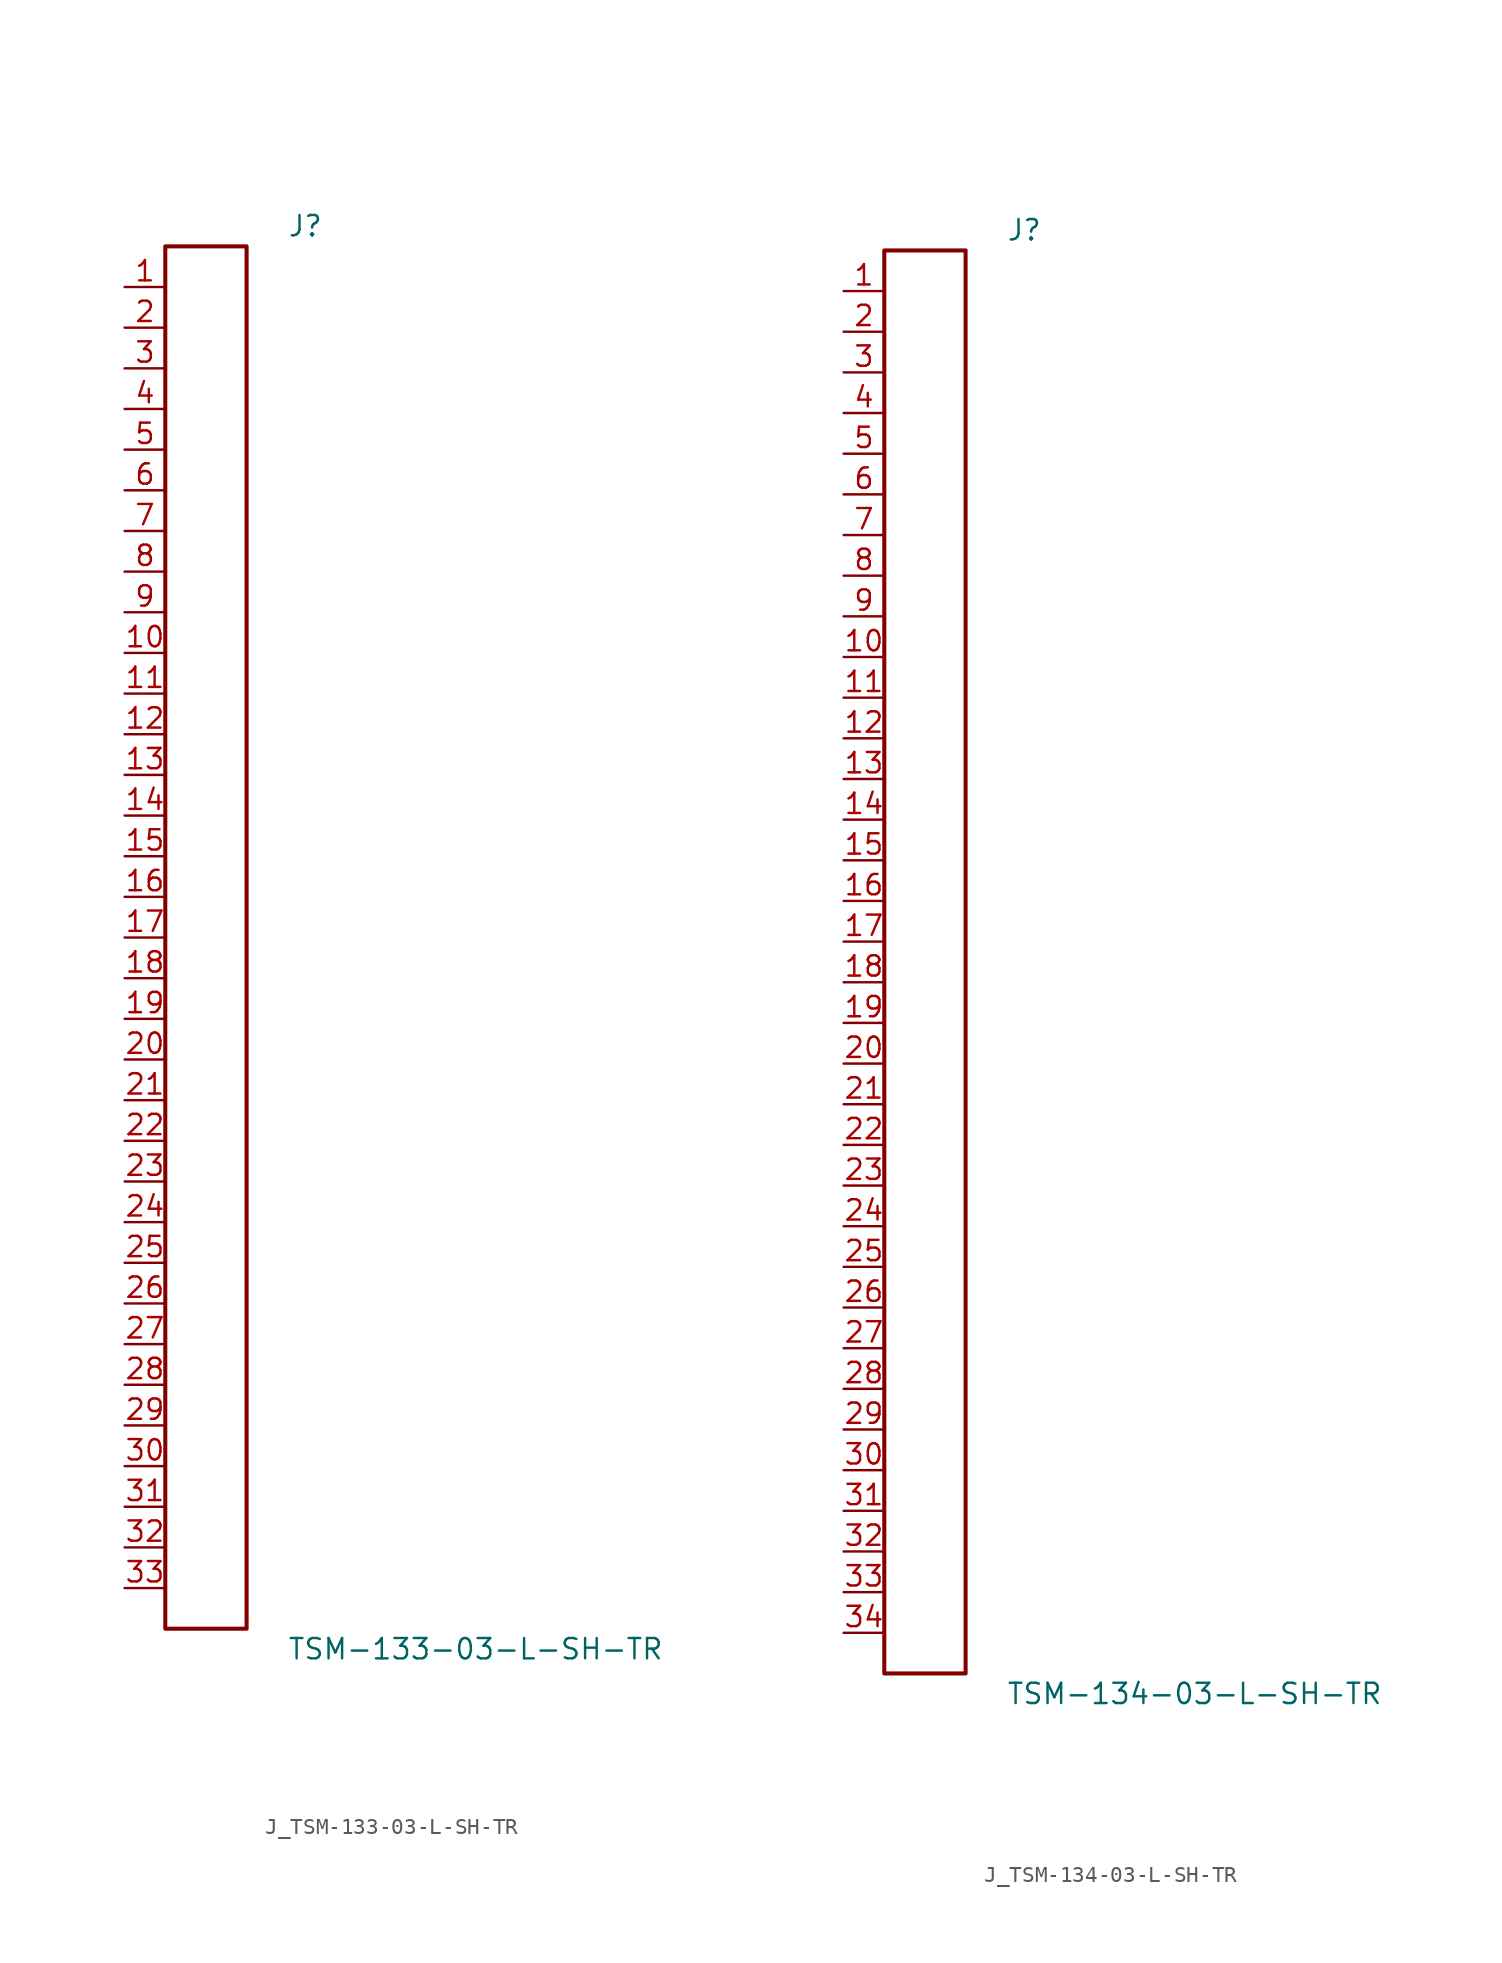
<source format=kicad_sym>
(kicad_symbol_lib
  (version 20231120)
  (generator kicad_symbol_editor)
  (generator_version 8.0)
  (symbol "J_TSM-133-03-L-SH-TR"
    (pin_names
      (offset 0.254))
    (property "Reference" "J"
      (at 5.08 44.45 0)
      (effects (font (size 1.27 1.27)) (justify left)))
    (property "Value" "TSM-133-03-L-SH-TR"
      (at 5.08 -44.45 0)
      (effects (font (size 1.27 1.27)) (justify left)))
    (symbol "J_TSM-133-03-L-SH-TR_0_0"
      (pin unspecified line (at -5.08 40.64 0) (length 2.54) (name "" (effects (font (size 1.27 1.27)))) (number "1" (effects (font (size 1.27 1.27)))))
      (pin unspecified line (at -5.08 38.1 0) (length 2.54) (name "" (effects (font (size 1.27 1.27)))) (number "2" (effects (font (size 1.27 1.27)))))
      (pin unspecified line (at -5.08 35.56 0) (length 2.54) (name "" (effects (font (size 1.27 1.27)))) (number "3" (effects (font (size 1.27 1.27)))))
      (pin unspecified line (at -5.08 33.02 0) (length 2.54) (name "" (effects (font (size 1.27 1.27)))) (number "4" (effects (font (size 1.27 1.27)))))
      (pin unspecified line (at -5.08 30.48 0) (length 2.54) (name "" (effects (font (size 1.27 1.27)))) (number "5" (effects (font (size 1.27 1.27)))))
      (pin unspecified line (at -5.08 27.94 0) (length 2.54) (name "" (effects (font (size 1.27 1.27)))) (number "6" (effects (font (size 1.27 1.27)))))
      (pin unspecified line (at -5.08 25.4 0) (length 2.54) (name "" (effects (font (size 1.27 1.27)))) (number "7" (effects (font (size 1.27 1.27)))))
      (pin unspecified line (at -5.08 22.86 0) (length 2.54) (name "" (effects (font (size 1.27 1.27)))) (number "8" (effects (font (size 1.27 1.27)))))
      (pin unspecified line (at -5.08 20.32 0) (length 2.54) (name "" (effects (font (size 1.27 1.27)))) (number "9" (effects (font (size 1.27 1.27)))))
      (pin unspecified line (at -5.08 17.78 0) (length 2.54) (name "" (effects (font (size 1.27 1.27)))) (number "10" (effects (font (size 1.27 1.27)))))
      (pin unspecified line (at -5.08 15.24 0) (length 2.54) (name "" (effects (font (size 1.27 1.27)))) (number "11" (effects (font (size 1.27 1.27)))))
      (pin unspecified line (at -5.08 12.7 0) (length 2.54) (name "" (effects (font (size 1.27 1.27)))) (number "12" (effects (font (size 1.27 1.27)))))
      (pin unspecified line (at -5.08 10.16 0) (length 2.54) (name "" (effects (font (size 1.27 1.27)))) (number "13" (effects (font (size 1.27 1.27)))))
      (pin unspecified line (at -5.08 7.62 0) (length 2.54) (name "" (effects (font (size 1.27 1.27)))) (number "14" (effects (font (size 1.27 1.27)))))
      (pin unspecified line (at -5.08 5.08 0) (length 2.54) (name "" (effects (font (size 1.27 1.27)))) (number "15" (effects (font (size 1.27 1.27)))))
      (pin unspecified line (at -5.08 2.54 0) (length 2.54) (name "" (effects (font (size 1.27 1.27)))) (number "16" (effects (font (size 1.27 1.27)))))
      (pin unspecified line (at -5.08 0.0 0) (length 2.54) (name "" (effects (font (size 1.27 1.27)))) (number "17" (effects (font (size 1.27 1.27)))))
      (pin unspecified line (at -5.08 -2.54 0) (length 2.54) (name "" (effects (font (size 1.27 1.27)))) (number "18" (effects (font (size 1.27 1.27)))))
      (pin unspecified line (at -5.08 -5.08 0) (length 2.54) (name "" (effects (font (size 1.27 1.27)))) (number "19" (effects (font (size 1.27 1.27)))))
      (pin unspecified line (at -5.08 -7.62 0) (length 2.54) (name "" (effects (font (size 1.27 1.27)))) (number "20" (effects (font (size 1.27 1.27)))))
      (pin unspecified line (at -5.08 -10.16 0) (length 2.54) (name "" (effects (font (size 1.27 1.27)))) (number "21" (effects (font (size 1.27 1.27)))))
      (pin unspecified line (at -5.08 -12.7 0) (length 2.54) (name "" (effects (font (size 1.27 1.27)))) (number "22" (effects (font (size 1.27 1.27)))))
      (pin unspecified line (at -5.08 -15.24 0) (length 2.54) (name "" (effects (font (size 1.27 1.27)))) (number "23" (effects (font (size 1.27 1.27)))))
      (pin unspecified line (at -5.08 -17.78 0) (length 2.54) (name "" (effects (font (size 1.27 1.27)))) (number "24" (effects (font (size 1.27 1.27)))))
      (pin unspecified line (at -5.08 -20.32 0) (length 2.54) (name "" (effects (font (size 1.27 1.27)))) (number "25" (effects (font (size 1.27 1.27)))))
      (pin unspecified line (at -5.08 -22.86 0) (length 2.54) (name "" (effects (font (size 1.27 1.27)))) (number "26" (effects (font (size 1.27 1.27)))))
      (pin unspecified line (at -5.08 -25.4 0) (length 2.54) (name "" (effects (font (size 1.27 1.27)))) (number "27" (effects (font (size 1.27 1.27)))))
      (pin unspecified line (at -5.08 -27.94 0) (length 2.54) (name "" (effects (font (size 1.27 1.27)))) (number "28" (effects (font (size 1.27 1.27)))))
      (pin unspecified line (at -5.08 -30.48 0) (length 2.54) (name "" (effects (font (size 1.27 1.27)))) (number "29" (effects (font (size 1.27 1.27)))))
      (pin unspecified line (at -5.08 -33.02 0) (length 2.54) (name "" (effects (font (size 1.27 1.27)))) (number "30" (effects (font (size 1.27 1.27)))))
      (pin unspecified line (at -5.08 -35.56 0) (length 2.54) (name "" (effects (font (size 1.27 1.27)))) (number "31" (effects (font (size 1.27 1.27)))))
      (pin unspecified line (at -5.08 -38.1 0) (length 2.54) (name "" (effects (font (size 1.27 1.27)))) (number "32" (effects (font (size 1.27 1.27)))))
      (pin unspecified line (at -5.08 -40.64 0) (length 2.54) (name "" (effects (font (size 1.27 1.27)))) (number "33" (effects (font (size 1.27 1.27))))))
    (symbol "J_TSM-133-03-L-SH-TR_1_0"
      (rectangle (start -2.54 43.18) (end 2.54 -43.18) (stroke (width 0.254) (type solid)) (fill (type none)))))
  (symbol "J_TSM-134-03-L-SH-TR"
    (pin_names
      (offset 0.254))
    (property "Reference" "J"
      (at 5.08 45.72 0)
      (effects (font (size 1.27 1.27)) (justify left)))
    (property "Value" "TSM-134-03-L-SH-TR"
      (at 5.08 -45.72 0)
      (effects (font (size 1.27 1.27)) (justify left)))
    (symbol "J_TSM-134-03-L-SH-TR_0_0"
      (pin unspecified line (at -5.08 41.91 0) (length 2.54) (name "" (effects (font (size 1.27 1.27)))) (number "1" (effects (font (size 1.27 1.27)))))
      (pin unspecified line (at -5.08 39.37 0) (length 2.54) (name "" (effects (font (size 1.27 1.27)))) (number "2" (effects (font (size 1.27 1.27)))))
      (pin unspecified line (at -5.08 36.83 0) (length 2.54) (name "" (effects (font (size 1.27 1.27)))) (number "3" (effects (font (size 1.27 1.27)))))
      (pin unspecified line (at -5.08 34.29 0) (length 2.54) (name "" (effects (font (size 1.27 1.27)))) (number "4" (effects (font (size 1.27 1.27)))))
      (pin unspecified line (at -5.08 31.75 0) (length 2.54) (name "" (effects (font (size 1.27 1.27)))) (number "5" (effects (font (size 1.27 1.27)))))
      (pin unspecified line (at -5.08 29.21 0) (length 2.54) (name "" (effects (font (size 1.27 1.27)))) (number "6" (effects (font (size 1.27 1.27)))))
      (pin unspecified line (at -5.08 26.67 0) (length 2.54) (name "" (effects (font (size 1.27 1.27)))) (number "7" (effects (font (size 1.27 1.27)))))
      (pin unspecified line (at -5.08 24.13 0) (length 2.54) (name "" (effects (font (size 1.27 1.27)))) (number "8" (effects (font (size 1.27 1.27)))))
      (pin unspecified line (at -5.08 21.59 0) (length 2.54) (name "" (effects (font (size 1.27 1.27)))) (number "9" (effects (font (size 1.27 1.27)))))
      (pin unspecified line (at -5.08 19.05 0) (length 2.54) (name "" (effects (font (size 1.27 1.27)))) (number "10" (effects (font (size 1.27 1.27)))))
      (pin unspecified line (at -5.08 16.51 0) (length 2.54) (name "" (effects (font (size 1.27 1.27)))) (number "11" (effects (font (size 1.27 1.27)))))
      (pin unspecified line (at -5.08 13.97 0) (length 2.54) (name "" (effects (font (size 1.27 1.27)))) (number "12" (effects (font (size 1.27 1.27)))))
      (pin unspecified line (at -5.08 11.43 0) (length 2.54) (name "" (effects (font (size 1.27 1.27)))) (number "13" (effects (font (size 1.27 1.27)))))
      (pin unspecified line (at -5.08 8.89 0) (length 2.54) (name "" (effects (font (size 1.27 1.27)))) (number "14" (effects (font (size 1.27 1.27)))))
      (pin unspecified line (at -5.08 6.35 0) (length 2.54) (name "" (effects (font (size 1.27 1.27)))) (number "15" (effects (font (size 1.27 1.27)))))
      (pin unspecified line (at -5.08 3.81 0) (length 2.54) (name "" (effects (font (size 1.27 1.27)))) (number "16" (effects (font (size 1.27 1.27)))))
      (pin unspecified line (at -5.08 1.27 0) (length 2.54) (name "" (effects (font (size 1.27 1.27)))) (number "17" (effects (font (size 1.27 1.27)))))
      (pin unspecified line (at -5.08 -1.27 0) (length 2.54) (name "" (effects (font (size 1.27 1.27)))) (number "18" (effects (font (size 1.27 1.27)))))
      (pin unspecified line (at -5.08 -3.81 0) (length 2.54) (name "" (effects (font (size 1.27 1.27)))) (number "19" (effects (font (size 1.27 1.27)))))
      (pin unspecified line (at -5.08 -6.35 0) (length 2.54) (name "" (effects (font (size 1.27 1.27)))) (number "20" (effects (font (size 1.27 1.27)))))
      (pin unspecified line (at -5.08 -8.89 0) (length 2.54) (name "" (effects (font (size 1.27 1.27)))) (number "21" (effects (font (size 1.27 1.27)))))
      (pin unspecified line (at -5.08 -11.43 0) (length 2.54) (name "" (effects (font (size 1.27 1.27)))) (number "22" (effects (font (size 1.27 1.27)))))
      (pin unspecified line (at -5.08 -13.97 0) (length 2.54) (name "" (effects (font (size 1.27 1.27)))) (number "23" (effects (font (size 1.27 1.27)))))
      (pin unspecified line (at -5.08 -16.51 0) (length 2.54) (name "" (effects (font (size 1.27 1.27)))) (number "24" (effects (font (size 1.27 1.27)))))
      (pin unspecified line (at -5.08 -19.05 0) (length 2.54) (name "" (effects (font (size 1.27 1.27)))) (number "25" (effects (font (size 1.27 1.27)))))
      (pin unspecified line (at -5.08 -21.59 0) (length 2.54) (name "" (effects (font (size 1.27 1.27)))) (number "26" (effects (font (size 1.27 1.27)))))
      (pin unspecified line (at -5.08 -24.13 0) (length 2.54) (name "" (effects (font (size 1.27 1.27)))) (number "27" (effects (font (size 1.27 1.27)))))
      (pin unspecified line (at -5.08 -26.67 0) (length 2.54) (name "" (effects (font (size 1.27 1.27)))) (number "28" (effects (font (size 1.27 1.27)))))
      (pin unspecified line (at -5.08 -29.21 0) (length 2.54) (name "" (effects (font (size 1.27 1.27)))) (number "29" (effects (font (size 1.27 1.27)))))
      (pin unspecified line (at -5.08 -31.75 0) (length 2.54) (name "" (effects (font (size 1.27 1.27)))) (number "30" (effects (font (size 1.27 1.27)))))
      (pin unspecified line (at -5.08 -34.29 0) (length 2.54) (name "" (effects (font (size 1.27 1.27)))) (number "31" (effects (font (size 1.27 1.27)))))
      (pin unspecified line (at -5.08 -36.83 0) (length 2.54) (name "" (effects (font (size 1.27 1.27)))) (number "32" (effects (font (size 1.27 1.27)))))
      (pin unspecified line (at -5.08 -39.37 0) (length 2.54) (name "" (effects (font (size 1.27 1.27)))) (number "33" (effects (font (size 1.27 1.27)))))
      (pin unspecified line (at -5.08 -41.91 0) (length 2.54) (name "" (effects (font (size 1.27 1.27)))) (number "34" (effects (font (size 1.27 1.27))))))
    (symbol "J_TSM-134-03-L-SH-TR_1_0"
      (rectangle (start -2.54 44.45) (end 2.54 -44.45) (stroke (width 0.254) (type solid)) (fill (type none))))))
</source>
